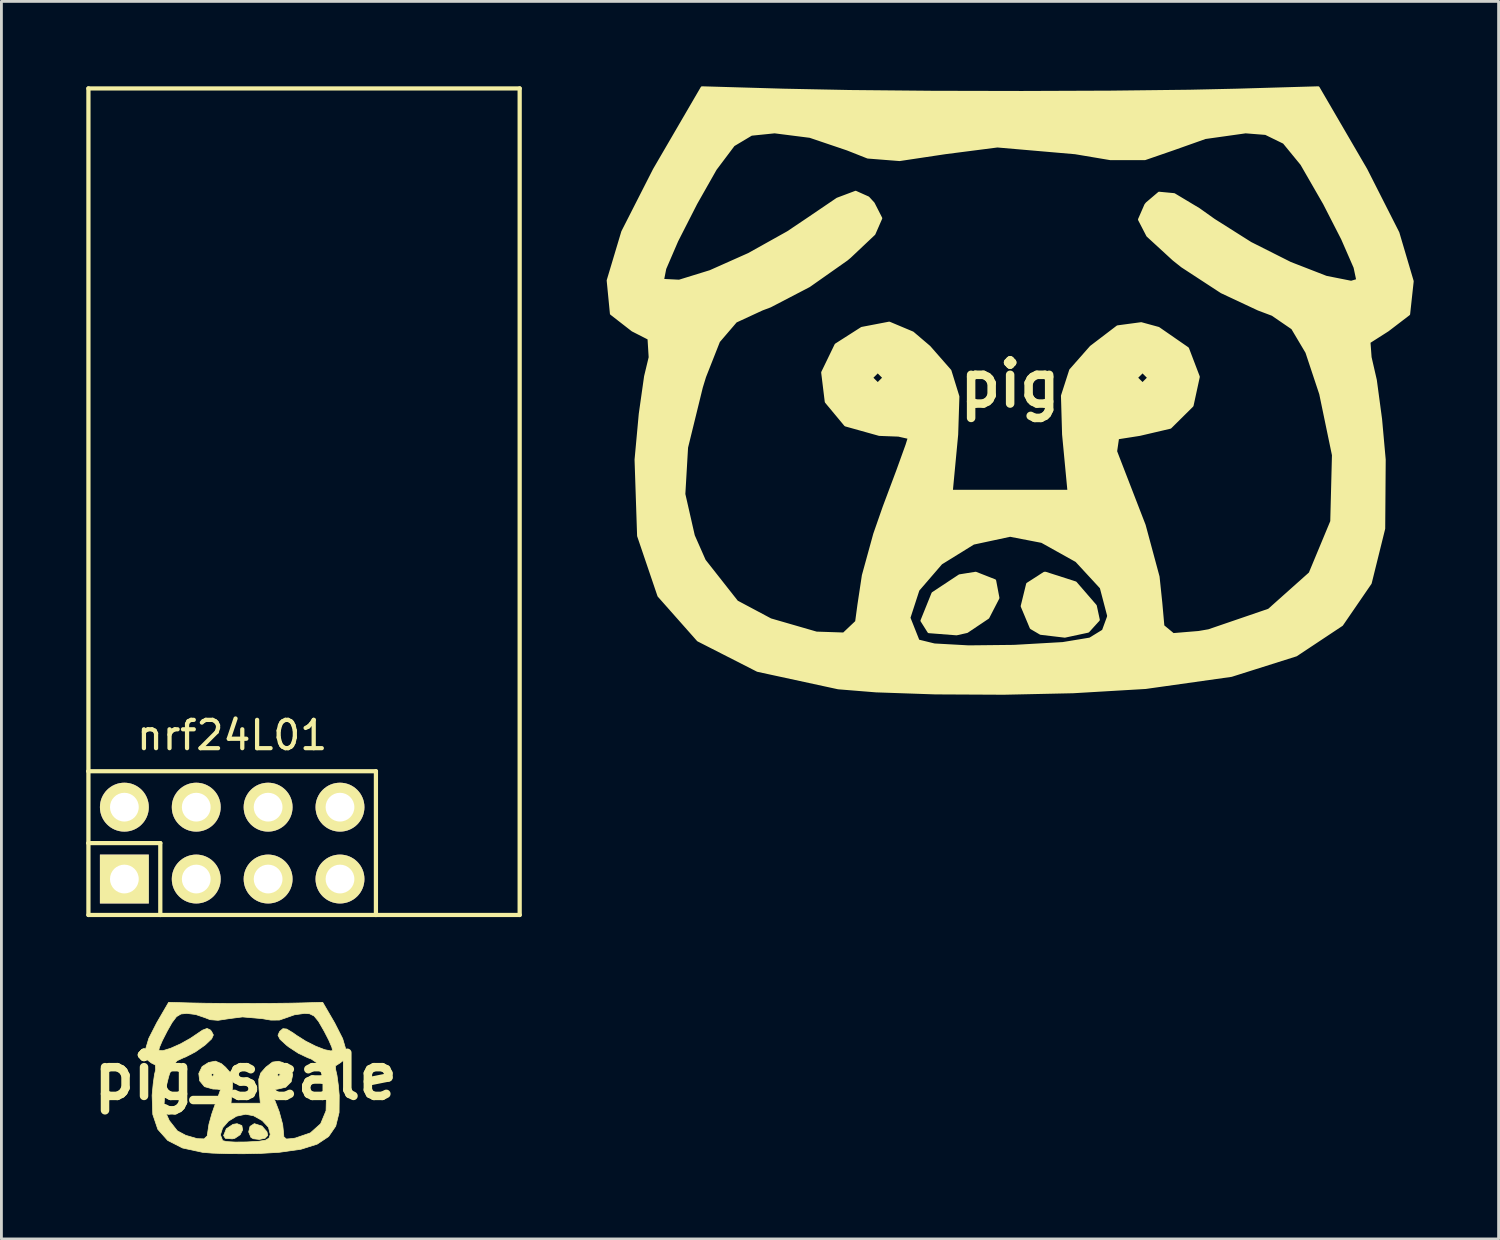
<source format=kicad_pcb>
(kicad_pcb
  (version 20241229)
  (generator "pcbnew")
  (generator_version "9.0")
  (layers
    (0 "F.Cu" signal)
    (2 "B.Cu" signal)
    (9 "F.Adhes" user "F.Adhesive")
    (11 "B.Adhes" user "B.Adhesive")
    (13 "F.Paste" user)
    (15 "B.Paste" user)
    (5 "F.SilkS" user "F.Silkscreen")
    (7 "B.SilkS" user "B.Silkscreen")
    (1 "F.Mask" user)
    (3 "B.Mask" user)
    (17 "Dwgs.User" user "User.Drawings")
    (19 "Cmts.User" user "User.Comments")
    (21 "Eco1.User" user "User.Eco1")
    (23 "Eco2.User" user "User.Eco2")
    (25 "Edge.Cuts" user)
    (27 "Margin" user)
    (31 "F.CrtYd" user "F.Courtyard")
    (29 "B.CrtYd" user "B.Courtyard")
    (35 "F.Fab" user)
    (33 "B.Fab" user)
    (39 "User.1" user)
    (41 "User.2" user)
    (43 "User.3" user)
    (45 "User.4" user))
  (footprint "pig"
    (layer "F.Cu")
    (at 32.648 10.522)
    (property "Reference" "pig" (at 0 0 0) (layer "F.SilkS") (effects (font (size 1.524 1.524) (thickness 0.3))))
    (attr through_hole)
    (fp_poly (pts (xy -0.428 7.56) (xy -0.784 8.25) (xy -1.527 8.748) (xy -1.894 8.83) (xy -2.873 8.754) (xy -3.119 8.363) (xy -2.73 7.398) (xy -1.787 6.775) (xy -1.217 6.684) (xy -0.544 6.948) (xy -0.428 7.56)) (stroke (width 0.1) (type solid)) (fill yes) (layer "F.SilkS"))
    (fp_poly (pts (xy 3.119 8.333) (xy 2.753 8.737) (xy 1.933 8.913) (xy 1.079 8.812) (xy 0.743 8.615) (xy 0.423 7.851) (xy 0.615 7.068) (xy 1.21 6.685) (xy 1.248 6.684) (xy 2.309 7.025) (xy 3.013 7.839) (xy 3.119 8.333)) (stroke (width 0.1) (type solid)) (fill yes) (layer "F.SilkS"))
    (fp_poly (pts (xy 14.212 -3.633) (xy 14.086 -2.473) (xy 13.343 -1.905) (xy 12.684 -1.485) (xy 12.724 -0.944) (xy 12.909 -0.139) (xy 13.094 1.239) (xy 13.223 2.674) (xy 13.205 5.108) (xy 12.728 7.034) (xy 12.283 7.683) (xy 12.283 -3.667) (xy 12.186 -4.125) (xy 11.746 -5.133) (xy 11.105 -6.385) (xy 10.305 -7.774) (xy 9.68 -8.537) (xy 9.031 -8.854) (xy 8.322 -8.91) (xy 6.894 -8.709) (xy 5.752 -8.304) (xy 4.764 -7.963) (xy 3.546 -7.962) (xy 2.298 -8.172) (xy -0.45 -8.41) (xy -2.298 -8.172) (xy -3.907 -7.93) (xy -5.031 -8.019) (xy -5.752 -8.304) (xy -7.073 -8.751) (xy -8.322 -8.91) (xy -9.146 -8.826) (xy -9.777 -8.449) (xy -10.417 -7.598) (xy -11.105 -6.385) (xy -11.779 -5.063) (xy -12.202 -4.081) (xy -12.283 -3.667) (xy -11.696 -3.637) (xy -10.598 -3.976) (xy -9.236 -4.583) (xy -7.853 -5.355) (xy -7.201 -5.793) (xy -6.106 -6.536) (xy -5.46 -6.779) (xy -5.018 -6.581) (xy -4.836 -6.382) (xy -4.569 -5.859) (xy -4.81 -5.308) (xy -5.667 -4.499) (xy -5.779 -4.405) (xy -7.105 -3.472) (xy -8.48 -2.756) (xy -8.77 -2.647) (xy -9.697 -2.218) (xy -10.302 -1.512) (xy -10.796 -0.259) (xy -10.91 0.113) (xy -11.432 2.241) (xy -11.528 3.889) (xy -11.193 5.36) (xy -10.805 6.239) (xy -9.659 7.695) (xy -8.467 8.33) (xy -6.846 8.799) (xy -5.879 8.831) (xy -5.428 8.404) (xy -5.347 7.803) (xy -5.19 6.763) (xy -4.788 5.302) (xy -4.456 4.35) (xy -3.971 3.055) (xy -3.647 2.157) (xy -3.565 1.894) (xy -3.946 1.808) (xy -4.456 1.789) (xy -4.456 -0.223) (xy -4.679 -0.446) (xy -4.902 -0.223) (xy -4.679 0) (xy -4.456 -0.223) (xy -4.456 1.789) (xy -4.624 1.782) (xy -5.818 1.448) (xy -6.501 0.627) (xy -6.628 -0.409) (xy -6.155 -1.386) (xy -5.242 -1.969) (xy -4.272 -2.155) (xy -3.446 -1.808) (xy -2.86 -1.309) (xy -2.124 -0.469) (xy -1.843 0.442) (xy -1.886 1.782) (xy -2.076 3.788) (xy 0 3.788) (xy 2.076 3.788) (xy 1.886 1.782) (xy 1.846 0.415) (xy 2.137 -0.489) (xy 2.86 -1.309) (xy 3.798 -2.024) (xy 4.632 -2.136) (xy 5.242 -1.969) (xy 6.272 -1.256) (xy 6.653 -0.256) (xy 6.432 0.762) (xy 5.658 1.529) (xy 4.902 1.706) (xy 4.902 -0.223) (xy 4.679 -0.446) (xy 4.456 -0.223) (xy 4.679 0) (xy 4.902 -0.223) (xy 4.902 1.706) (xy 4.577 1.782) (xy 3.8 1.904) (xy 3.731 2.38) (xy 3.8 2.562) (xy 4.74 4.991) (xy 5.231 6.81) (xy 5.328 7.736) (xy 5.401 8.555) (xy 5.76 8.852) (xy 6.665 8.777) (xy 7.018 8.716) (xy 9.147 7.987) (xy 10.6 6.691) (xy 11.363 4.856) (xy 11.423 2.511) (xy 10.973 0.347) (xy 10.484 -1.125) (xy 9.979 -1.975) (xy 9.272 -2.459) (xy 8.775 -2.646) (xy 7.471 -3.257) (xy 6.078 -4.167) (xy 5.779 -4.405) (xy 4.861 -5.248) (xy 4.568 -5.814) (xy 4.793 -6.329) (xy 4.836 -6.382) (xy 5.264 -6.746) (xy 5.794 -6.696) (xy 6.671 -6.17) (xy 7.201 -5.793) (xy 8.495 -4.975) (xy 9.899 -4.268) (xy 11.167 -3.775) (xy 12.052 -3.599) (xy 12.283 -3.667) (xy 12.283 7.683) (xy 11.719 8.505) (xy 10.107 9.575) (xy 7.82 10.298) (xy 4.787 10.726) (xy 3.478 10.803) (xy 3.478 8.184) (xy 3.218 7.192) (xy 2.346 6.247) (xy 1.122 5.564) (xy 0 5.347) (xy -1.3 5.626) (xy -2.441 6.332) (xy -3.254 7.275) (xy -3.574 8.261) (xy -3.25 9.078) (xy -2.678 9.218) (xy -1.471 9.285) (xy 0.115 9.268) (xy 0.203 9.264) (xy 1.859 9.169) (xy 2.822 9.01) (xy 3.293 8.721) (xy 3.47 8.237) (xy 3.478 8.184) (xy 3.478 10.803) (xy 2.228 10.877) (xy -0.224 10.93) (xy -2.646 10.918) (xy -4.739 10.846) (xy -6.073 10.738) (xy -8.925 10.12) (xy -11.026 9.049) (xy -12.415 7.48) (xy -13.133 5.365) (xy -13.223 2.674) (xy -13.074 1.055) (xy -12.886 -0.271) (xy -12.724 -0.944) (xy -12.765 -1.61) (xy -13.343 -1.905) (xy -14.094 -2.489) (xy -14.208 -3.659) (xy -13.692 -5.381) (xy -12.574 -7.577) (xy -10.888 -10.472) (xy -8.006 -10.388) (xy -5.677 -10.341) (xy -2.767 -10.314) (xy 0.414 -10.307) (xy 3.554 -10.319) (xy 6.344 -10.351) (xy 8.006 -10.388) (xy 10.888 -10.472) (xy 12.574 -7.577) (xy 13.706 -5.345) (xy 14.212 -3.633)) (stroke (width 0.1) (type solid)) (fill yes) (layer "F.SilkS")))
  (footprint "pig_scale"
    (layer "F.Cu")
    (at 5.632 34.99)
    (property "Reference" "pig_scale" (at 0 0 0) (layer "F.SilkS") (effects (font (size 1.524 1.524) (thickness 0.3))))
    (attr through_hole)
    (fp_poly (pts (xy -0.107 1.89) (xy -0.196 2.062) (xy -0.382 2.187) (xy -0.473 2.208) (xy -0.718 2.188) (xy -0.78 2.091) (xy -0.683 1.849) (xy -0.447 1.694) (xy -0.304 1.671) (xy -0.136 1.737) (xy -0.107 1.89)) (stroke (width 0.025) (type solid)) (fill yes) (layer "F.SilkS"))
    (fp_poly (pts (xy 0.78 2.083) (xy 0.688 2.184) (xy 0.483 2.228) (xy 0.27 2.203) (xy 0.186 2.154) (xy 0.106 1.963) (xy 0.154 1.767) (xy 0.302 1.671) (xy 0.312 1.671) (xy 0.577 1.756) (xy 0.753 1.96) (xy 0.78 2.083)) (stroke (width 0.025) (type solid)) (fill yes) (layer "F.SilkS"))
    (fp_poly (pts (xy 3.553 -0.908) (xy 3.521 -0.618) (xy 3.336 -0.476) (xy 3.171 -0.371) (xy 3.181 -0.236) (xy 3.227 -0.035) (xy 3.274 0.31) (xy 3.306 0.668) (xy 3.301 1.277) (xy 3.182 1.758) (xy 3.071 1.921) (xy 3.071 -0.917) (xy 3.046 -1.031) (xy 2.937 -1.283) (xy 2.776 -1.596) (xy 2.576 -1.944) (xy 2.42 -2.134) (xy 2.258 -2.214) (xy 2.08 -2.227) (xy 1.723 -2.177) (xy 1.438 -2.076) (xy 1.191 -1.991) (xy 0.887 -1.99) (xy 0.575 -2.043) (xy -0.112 -2.102) (xy -0.575 -2.043) (xy -0.977 -1.982) (xy -1.258 -2.005) (xy -1.438 -2.076) (xy -1.768 -2.188) (xy -2.08 -2.227) (xy -2.286 -2.206) (xy -2.444 -2.112) (xy -2.604 -1.9) (xy -2.776 -1.596) (xy -2.945 -1.266) (xy -3.05 -1.02) (xy -3.071 -0.917) (xy -2.924 -0.909) (xy -2.65 -0.994) (xy -2.309 -1.146) (xy -1.963 -1.339) (xy -1.8 -1.448) (xy -1.526 -1.634) (xy -1.365 -1.695) (xy -1.255 -1.645) (xy -1.209 -1.595) (xy -1.142 -1.465) (xy -1.203 -1.327) (xy -1.417 -1.125) (xy -1.445 -1.101) (xy -1.776 -0.868) (xy -2.12 -0.689) (xy -2.192 -0.662) (xy -2.424 -0.554) (xy -2.576 -0.378) (xy -2.699 -0.065) (xy -2.727 0.028) (xy -2.858 0.56) (xy -2.882 0.972) (xy -2.798 1.34) (xy -2.701 1.56) (xy -2.415 1.924) (xy -2.117 2.083) (xy -1.712 2.2) (xy -1.47 2.208) (xy -1.357 2.101) (xy -1.337 1.951) (xy -1.298 1.691) (xy -1.197 1.326) (xy -1.114 1.087) (xy -0.993 0.764) (xy -0.912 0.539) (xy -0.891 0.473) (xy -0.986 0.452) (xy -1.114 0.447) (xy -1.114 -0.056) (xy -1.17 -0.111) (xy -1.225 -0.056) (xy -1.17 0) (xy -1.114 -0.056) (xy -1.114 0.447) (xy -1.156 0.446) (xy -1.455 0.362) (xy -1.625 0.157) (xy -1.657 -0.102) (xy -1.539 -0.347) (xy -1.311 -0.492) (xy -1.068 -0.539) (xy -0.861 -0.452) (xy -0.715 -0.327) (xy -0.531 -0.117) (xy -0.461 0.111) (xy -0.472 0.446) (xy -0.519 0.947) (xy 0 0.947) (xy 0.519 0.947) (xy 0.472 0.446) (xy 0.461 0.104) (xy 0.534 -0.122) (xy 0.715 -0.327) (xy 0.949 -0.506) (xy 1.158 -0.534) (xy 1.311 -0.492) (xy 1.568 -0.314) (xy 1.663 -0.064) (xy 1.608 0.19) (xy 1.415 0.382) (xy 1.225 0.427) (xy 1.225 -0.056) (xy 1.17 -0.111) (xy 1.114 -0.056) (xy 1.17 0) (xy 1.225 -0.056) (xy 1.225 0.427) (xy 1.144 0.446) (xy 0.95 0.476) (xy 0.933 0.595) (xy 0.95 0.641) (xy 1.185 1.248) (xy 1.308 1.702) (xy 1.332 1.934) (xy 1.35 2.139) (xy 1.44 2.213) (xy 1.666 2.194) (xy 1.755 2.179) (xy 2.287 1.997) (xy 2.65 1.673) (xy 2.841 1.214) (xy 2.856 0.628) (xy 2.743 0.087) (xy 2.621 -0.281) (xy 2.495 -0.494) (xy 2.318 -0.615) (xy 2.194 -0.661) (xy 1.868 -0.814) (xy 1.52 -1.042) (xy 1.445 -1.101) (xy 1.215 -1.312) (xy 1.142 -1.453) (xy 1.198 -1.582) (xy 1.209 -1.595) (xy 1.316 -1.687) (xy 1.449 -1.674) (xy 1.668 -1.542) (xy 1.8 -1.448) (xy 2.124 -1.244) (xy 2.475 -1.067) (xy 2.792 -0.944) (xy 3.013 -0.9) (xy 3.071 -0.917) (xy 3.071 1.921) (xy 2.93 2.126) (xy 2.527 2.394) (xy 1.955 2.574) (xy 1.197 2.681) (xy 0.869 2.701) (xy 0.869 2.046) (xy 0.805 1.798) (xy 0.586 1.562) (xy 0.281 1.391) (xy 0 1.337) (xy -0.325 1.406) (xy -0.61 1.583) (xy -0.814 1.819) (xy -0.893 2.065) (xy -0.813 2.27) (xy -0.669 2.304) (xy -0.368 2.321) (xy 0.029 2.317) (xy 0.051 2.316) (xy 0.465 2.292) (xy 0.705 2.253) (xy 0.823 2.18) (xy 0.867 2.059) (xy 0.869 2.046) (xy 0.869 2.701) (xy 0.557 2.719) (xy -0.056 2.732) (xy -0.662 2.729) (xy -1.185 2.711) (xy -1.518 2.684) (xy -2.231 2.53) (xy -2.756 2.262) (xy -3.104 1.87) (xy -3.283 1.341) (xy -3.306 0.668) (xy -3.268 0.264) (xy -3.222 -0.068) (xy -3.181 -0.236) (xy -3.191 -0.403) (xy -3.336 -0.476) (xy -3.523 -0.622) (xy -3.552 -0.915) (xy -3.423 -1.345) (xy -3.143 -1.894) (xy -2.722 -2.618) (xy -2.002 -2.597) (xy -1.419 -2.585) (xy -0.692 -2.578) (xy 0.103 -2.577) (xy 0.889 -2.58) (xy 1.586 -2.588) (xy 2.002 -2.597) (xy 2.722 -2.618) (xy 3.143 -1.894) (xy 3.427 -1.336) (xy 3.553 -0.908)) (stroke (width 0.025) (type solid)) (fill yes) (layer "F.SilkS")))
  (footprint "nrf24L01"
    (layer "F.Cu")
    (at 5.155 26.745)
    (property "Reference" "nrf24L01" (at 0 -3.81 0) (layer "F.SilkS") (effects (font (size 1 1) (thickness 0.15))))
    (attr through_hole)
    (fp_line (start -5.08 -26.67) (end -5.08 -2.54) (stroke (width 0.15) (type solid)) (layer "F.SilkS"))
    (fp_line (start -5.08 -2.54) (end -5.08 0) (stroke (width 0.15) (type solid)) (layer "F.SilkS"))
    (fp_line (start -5.08 0) (end -2.54 0) (stroke (width 0.15) (type solid)) (layer "F.SilkS"))
    (fp_line (start -5.08 2.54) (end -5.08 0) (stroke (width 0.15) (type solid)) (layer "F.SilkS"))
    (fp_line (start -5.08 2.54) (end -2.54 2.54) (stroke (width 0.15) (type solid)) (layer "F.SilkS"))
    (fp_line (start -2.54 0) (end -2.54 2.54) (stroke (width 0.15) (type solid)) (layer "F.SilkS"))
    (fp_line (start -2.54 2.54) (end 5.08 2.54) (stroke (width 0.15) (type solid)) (layer "F.SilkS"))
    (fp_line (start 5.08 -2.54) (end -5.08 -2.54) (stroke (width 0.15) (type solid)) (layer "F.SilkS"))
    (fp_line (start 5.08 2.54) (end 5.08 -2.54) (stroke (width 0.15) (type solid)) (layer "F.SilkS"))
    (fp_line (start 5.08 2.54) (end 10.16 2.54) (stroke (width 0.15) (type solid)) (layer "F.SilkS"))
    (fp_line (start 10.16 -26.67) (end -5.08 -26.67) (stroke (width 0.15) (type solid)) (layer "F.SilkS"))
    (fp_line (start 10.16 2.54) (end 10.16 -26.67) (stroke (width 0.15) (type solid)) (layer "F.SilkS"))
    (pad "1" thru_hole rect (at -3.81 1.27) (size 1.727 1.727) (drill 1.016) (layers "*.Cu" "*.Mask" "F.SilkS"))
    (pad "2" thru_hole oval (at -3.81 -1.27) (size 1.727 1.727) (drill 1.016) (layers "*.Cu" "*.Mask" "F.SilkS"))
    (pad "3" thru_hole oval (at -1.27 1.27) (size 1.727 1.727) (drill 1.016) (layers "*.Cu" "*.Mask" "F.SilkS"))
    (pad "4" thru_hole oval (at -1.27 -1.27) (size 1.727 1.727) (drill 1.016) (layers "*.Cu" "*.Mask" "F.SilkS"))
    (pad "5" thru_hole oval (at 1.27 1.27) (size 1.727 1.727) (drill 1.016) (layers "*.Cu" "*.Mask" "F.SilkS"))
    (pad "6" thru_hole oval (at 1.27 -1.27) (size 1.727 1.727) (drill 1.016) (layers "*.Cu" "*.Mask" "F.SilkS"))
    (pad "7" thru_hole oval (at 3.81 1.27) (size 1.727 1.727) (drill 1.016) (layers "*.Cu" "*.Mask" "F.SilkS"))
    (pad "8" thru_hole oval (at 3.81 -1.27) (size 1.727 1.727) (drill 1.016) (layers "*.Cu" "*.Mask" "F.SilkS")))
  (gr_rect
    (start -3 -3)
    (end 49.91 40.735)
    (stroke (width 0.1) (type default))
    (fill no)
    (layer "Edge.Cuts")))
</source>
